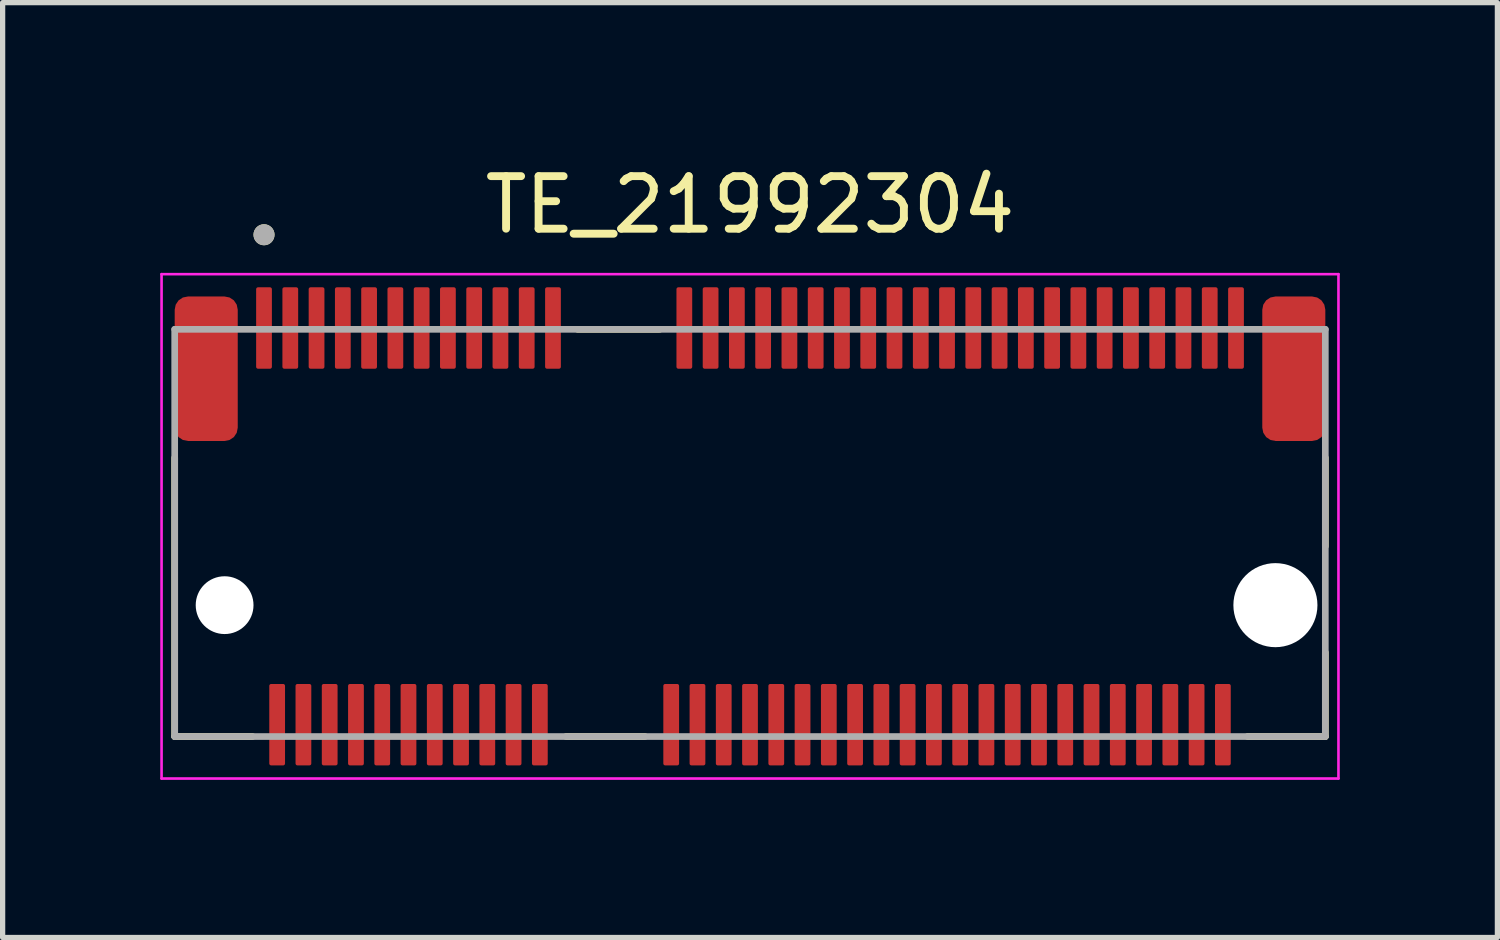
<source format=kicad_pcb>
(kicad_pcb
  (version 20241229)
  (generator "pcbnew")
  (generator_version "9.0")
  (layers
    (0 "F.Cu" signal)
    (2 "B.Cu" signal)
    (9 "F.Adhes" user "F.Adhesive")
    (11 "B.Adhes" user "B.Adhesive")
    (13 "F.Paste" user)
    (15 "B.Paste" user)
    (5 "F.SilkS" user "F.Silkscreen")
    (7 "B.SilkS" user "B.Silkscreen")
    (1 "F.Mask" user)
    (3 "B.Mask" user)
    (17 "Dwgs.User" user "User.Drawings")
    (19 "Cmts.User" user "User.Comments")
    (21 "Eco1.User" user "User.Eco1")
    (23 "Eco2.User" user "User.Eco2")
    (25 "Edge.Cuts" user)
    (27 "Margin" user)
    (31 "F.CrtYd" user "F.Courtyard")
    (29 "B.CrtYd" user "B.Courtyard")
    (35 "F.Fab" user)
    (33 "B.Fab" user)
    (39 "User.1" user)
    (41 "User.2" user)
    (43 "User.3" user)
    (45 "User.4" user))
  (footprint "TE_21992304"
    (layer "F.Cu")
    (at 11.225 8.468)
    (property "Reference" "TE_21992304" (at 0 -7.62 0) (layer "F.SilkS") (effects (font (size 1 1) (thickness 0.15))))
    (attr smd)
    (fp_line (start -10.95 2.5) (end -10.95 -2.805) (stroke (width 0.127) (type solid)) (layer "F.SilkS"))
    (fp_line (start -10.95 2.5) (end -9.47 2.5) (stroke (width 0.127) (type solid)) (layer "F.SilkS"))
    (fp_line (start -3.5 2.5) (end -2 2.5) (stroke (width 0.127) (type solid)) (layer "F.SilkS"))
    (fp_line (start -3.28 -5.25) (end -1.72 -5.25) (stroke (width 0.127) (type solid)) (layer "F.SilkS"))
    (fp_line (start 9.47 2.5) (end 10.95 2.5) (stroke (width 0.127) (type solid)) (layer "F.SilkS"))
    (fp_line (start 10.95 -2.805) (end 10.95 -1.12) (stroke (width 0.127) (type solid)) (layer "F.SilkS"))
    (fp_line (start 10.95 2.5) (end 10.95 0.9) (stroke (width 0.127) (type solid)) (layer "F.SilkS"))
    (fp_circle (center -9.25 -7.05) (end -9.15 -7.05) (stroke (width 0.2) (type solid)) (fill no) (layer "F.SilkS"))
    (fp_line (start -11.2 -6.3) (end -11.2 3.3) (stroke (width 0.05) (type solid)) (layer "F.CrtYd"))
    (fp_line (start -11.2 3.3) (end 11.2 3.3) (stroke (width 0.05) (type solid)) (layer "F.CrtYd"))
    (fp_line (start 11.2 -6.3) (end -11.2 -6.3) (stroke (width 0.05) (type solid)) (layer "F.CrtYd"))
    (fp_line (start 11.2 3.3) (end 11.2 -6.3) (stroke (width 0.05) (type solid)) (layer "F.CrtYd"))
    (fp_line (start -10.95 -5.25) (end 10.95 -5.25) (stroke (width 0.127) (type solid)) (layer "F.Fab"))
    (fp_line (start -10.95 2.5) (end -10.95 -5.25) (stroke (width 0.127) (type solid)) (layer "F.Fab"))
    (fp_line (start 10.95 -5.25) (end 10.95 2.5) (stroke (width 0.127) (type solid)) (layer "F.Fab"))
    (fp_line (start 10.95 2.5) (end -10.95 2.5) (stroke (width 0.127) (type solid)) (layer "F.Fab"))
    (fp_circle (center -9.25 -7.05) (end -9.15 -7.05) (stroke (width 0.2) (type solid)) (fill no) (layer "F.Fab"))
    (pad "" np_thru_hole circle (at -10 0) (size 1.1 1.1) (drill 1.1) (layers "*.Cu" "*.Mask"))
    (pad "" np_thru_hole circle (at 10 0) (size 1.6 1.6) (drill 1.6) (layers "*.Cu" "*.Mask"))
    (pad "1" smd roundrect (at -9.25 -5.275) (size 0.3 1.55) (layers "F.Cu" "F.Mask" "F.Paste") (roundrect_rratio 0.12))
    (pad "2" smd roundrect (at -9 2.275) (size 0.3 1.55) (layers "F.Cu" "F.Mask" "F.Paste") (roundrect_rratio 0.12))
    (pad "3" smd roundrect (at -8.75 -5.275) (size 0.3 1.55) (layers "F.Cu" "F.Mask" "F.Paste") (roundrect_rratio 0.12))
    (pad "4" smd roundrect (at -8.5 2.275) (size 0.3 1.55) (layers "F.Cu" "F.Mask" "F.Paste") (roundrect_rratio 0.12))
    (pad "5" smd roundrect (at -8.25 -5.275) (size 0.3 1.55) (layers "F.Cu" "F.Mask" "F.Paste") (roundrect_rratio 0.12))
    (pad "6" smd roundrect (at -8 2.275) (size 0.3 1.55) (layers "F.Cu" "F.Mask" "F.Paste") (roundrect_rratio 0.12))
    (pad "7" smd roundrect (at -7.75 -5.275) (size 0.3 1.55) (layers "F.Cu" "F.Mask" "F.Paste") (roundrect_rratio 0.12))
    (pad "8" smd roundrect (at -7.5 2.275) (size 0.3 1.55) (layers "F.Cu" "F.Mask" "F.Paste") (roundrect_rratio 0.12))
    (pad "9" smd roundrect (at -7.25 -5.275) (size 0.3 1.55) (layers "F.Cu" "F.Mask" "F.Paste") (roundrect_rratio 0.12))
    (pad "10" smd roundrect (at -7 2.275) (size 0.3 1.55) (layers "F.Cu" "F.Mask" "F.Paste") (roundrect_rratio 0.12))
    (pad "11" smd roundrect (at -6.75 -5.275) (size 0.3 1.55) (layers "F.Cu" "F.Mask" "F.Paste") (roundrect_rratio 0.12))
    (pad "12" smd roundrect (at -6.5 2.275) (size 0.3 1.55) (layers "F.Cu" "F.Mask" "F.Paste") (roundrect_rratio 0.12))
    (pad "13" smd roundrect (at -6.25 -5.275) (size 0.3 1.55) (layers "F.Cu" "F.Mask" "F.Paste") (roundrect_rratio 0.12))
    (pad "14" smd roundrect (at -6 2.275) (size 0.3 1.55) (layers "F.Cu" "F.Mask" "F.Paste") (roundrect_rratio 0.12))
    (pad "15" smd roundrect (at -5.75 -5.275) (size 0.3 1.55) (layers "F.Cu" "F.Mask" "F.Paste") (roundrect_rratio 0.12))
    (pad "16" smd roundrect (at -5.5 2.275) (size 0.3 1.55) (layers "F.Cu" "F.Mask" "F.Paste") (roundrect_rratio 0.12))
    (pad "17" smd roundrect (at -5.25 -5.275) (size 0.3 1.55) (layers "F.Cu" "F.Mask" "F.Paste") (roundrect_rratio 0.12))
    (pad "18" smd roundrect (at -5 2.275) (size 0.3 1.55) (layers "F.Cu" "F.Mask" "F.Paste") (roundrect_rratio 0.12))
    (pad "19" smd roundrect (at -4.75 -5.275) (size 0.3 1.55) (layers "F.Cu" "F.Mask" "F.Paste") (roundrect_rratio 0.12))
    (pad "20" smd roundrect (at -4.5 2.275) (size 0.3 1.55) (layers "F.Cu" "F.Mask" "F.Paste") (roundrect_rratio 0.12))
    (pad "21" smd roundrect (at -4.25 -5.275) (size 0.3 1.55) (layers "F.Cu" "F.Mask" "F.Paste") (roundrect_rratio 0.12))
    (pad "22" smd roundrect (at -4 2.275) (size 0.3 1.55) (layers "F.Cu" "F.Mask" "F.Paste") (roundrect_rratio 0.12))
    (pad "23" smd roundrect (at -3.75 -5.275) (size 0.3 1.55) (layers "F.Cu" "F.Mask" "F.Paste") (roundrect_rratio 0.12))
    (pad "32" smd roundrect (at -1.5 2.275) (size 0.3 1.55) (layers "F.Cu" "F.Mask" "F.Paste") (roundrect_rratio 0.12))
    (pad "33" smd roundrect (at -1.25 -5.275) (size 0.3 1.55) (layers "F.Cu" "F.Mask" "F.Paste") (roundrect_rratio 0.12))
    (pad "34" smd roundrect (at -1 2.275) (size 0.3 1.55) (layers "F.Cu" "F.Mask" "F.Paste") (roundrect_rratio 0.12))
    (pad "35" smd roundrect (at -0.75 -5.275) (size 0.3 1.55) (layers "F.Cu" "F.Mask" "F.Paste") (roundrect_rratio 0.12))
    (pad "36" smd roundrect (at -0.5 2.275) (size 0.3 1.55) (layers "F.Cu" "F.Mask" "F.Paste") (roundrect_rratio 0.12))
    (pad "37" smd roundrect (at -0.25 -5.275) (size 0.3 1.55) (layers "F.Cu" "F.Mask" "F.Paste") (roundrect_rratio 0.12))
    (pad "38" smd roundrect (at 0 2.275) (size 0.3 1.55) (layers "F.Cu" "F.Mask" "F.Paste") (roundrect_rratio 0.12))
    (pad "39" smd roundrect (at 0.25 -5.275) (size 0.3 1.55) (layers "F.Cu" "F.Mask" "F.Paste") (roundrect_rratio 0.12))
    (pad "40" smd roundrect (at 0.5 2.275) (size 0.3 1.55) (layers "F.Cu" "F.Mask" "F.Paste") (roundrect_rratio 0.12))
    (pad "41" smd roundrect (at 0.75 -5.275) (size 0.3 1.55) (layers "F.Cu" "F.Mask" "F.Paste") (roundrect_rratio 0.12))
    (pad "42" smd roundrect (at 1 2.275) (size 0.3 1.55) (layers "F.Cu" "F.Mask" "F.Paste") (roundrect_rratio 0.12))
    (pad "43" smd roundrect (at 1.25 -5.275) (size 0.3 1.55) (layers "F.Cu" "F.Mask" "F.Paste") (roundrect_rratio 0.12))
    (pad "44" smd roundrect (at 1.5 2.275) (size 0.3 1.55) (layers "F.Cu" "F.Mask" "F.Paste") (roundrect_rratio 0.12))
    (pad "45" smd roundrect (at 1.75 -5.275) (size 0.3 1.55) (layers "F.Cu" "F.Mask" "F.Paste") (roundrect_rratio 0.12))
    (pad "46" smd roundrect (at 2 2.275) (size 0.3 1.55) (layers "F.Cu" "F.Mask" "F.Paste") (roundrect_rratio 0.12))
    (pad "47" smd roundrect (at 2.25 -5.275) (size 0.3 1.55) (layers "F.Cu" "F.Mask" "F.Paste") (roundrect_rratio 0.12))
    (pad "48" smd roundrect (at 2.5 2.275) (size 0.3 1.55) (layers "F.Cu" "F.Mask" "F.Paste") (roundrect_rratio 0.12))
    (pad "49" smd roundrect (at 2.75 -5.275) (size 0.3 1.55) (layers "F.Cu" "F.Mask" "F.Paste") (roundrect_rratio 0.12))
    (pad "50" smd roundrect (at 3 2.275) (size 0.3 1.55) (layers "F.Cu" "F.Mask" "F.Paste") (roundrect_rratio 0.12))
    (pad "51" smd roundrect (at 3.25 -5.275) (size 0.3 1.55) (layers "F.Cu" "F.Mask" "F.Paste") (roundrect_rratio 0.12))
    (pad "52" smd roundrect (at 3.5 2.275) (size 0.3 1.55) (layers "F.Cu" "F.Mask" "F.Paste") (roundrect_rratio 0.12))
    (pad "53" smd roundrect (at 3.75 -5.275) (size 0.3 1.55) (layers "F.Cu" "F.Mask" "F.Paste") (roundrect_rratio 0.12))
    (pad "54" smd roundrect (at 4 2.275) (size 0.3 1.55) (layers "F.Cu" "F.Mask" "F.Paste") (roundrect_rratio 0.12))
    (pad "55" smd roundrect (at 4.25 -5.275) (size 0.3 1.55) (layers "F.Cu" "F.Mask" "F.Paste") (roundrect_rratio 0.12))
    (pad "56" smd roundrect (at 4.5 2.275) (size 0.3 1.55) (layers "F.Cu" "F.Mask" "F.Paste") (roundrect_rratio 0.12))
    (pad "57" smd roundrect (at 4.75 -5.275) (size 0.3 1.55) (layers "F.Cu" "F.Mask" "F.Paste") (roundrect_rratio 0.12))
    (pad "58" smd roundrect (at 5 2.275) (size 0.3 1.55) (layers "F.Cu" "F.Mask" "F.Paste") (roundrect_rratio 0.12))
    (pad "59" smd roundrect (at 5.25 -5.275) (size 0.3 1.55) (layers "F.Cu" "F.Mask" "F.Paste") (roundrect_rratio 0.12))
    (pad "60" smd roundrect (at 5.5 2.275) (size 0.3 1.55) (layers "F.Cu" "F.Mask" "F.Paste") (roundrect_rratio 0.12))
    (pad "61" smd roundrect (at 5.75 -5.275) (size 0.3 1.55) (layers "F.Cu" "F.Mask" "F.Paste") (roundrect_rratio 0.12))
    (pad "62" smd roundrect (at 6 2.275) (size 0.3 1.55) (layers "F.Cu" "F.Mask" "F.Paste") (roundrect_rratio 0.12))
    (pad "63" smd roundrect (at 6.25 -5.275) (size 0.3 1.55) (layers "F.Cu" "F.Mask" "F.Paste") (roundrect_rratio 0.12))
    (pad "64" smd roundrect (at 6.5 2.275) (size 0.3 1.55) (layers "F.Cu" "F.Mask" "F.Paste") (roundrect_rratio 0.12))
    (pad "65" smd roundrect (at 6.75 -5.275) (size 0.3 1.55) (layers "F.Cu" "F.Mask" "F.Paste") (roundrect_rratio 0.12))
    (pad "66" smd roundrect (at 7 2.275) (size 0.3 1.55) (layers "F.Cu" "F.Mask" "F.Paste") (roundrect_rratio 0.12))
    (pad "67" smd roundrect (at 7.25 -5.275) (size 0.3 1.55) (layers "F.Cu" "F.Mask" "F.Paste") (roundrect_rratio 0.12))
    (pad "68" smd roundrect (at 7.5 2.275) (size 0.3 1.55) (layers "F.Cu" "F.Mask" "F.Paste") (roundrect_rratio 0.12))
    (pad "69" smd roundrect (at 7.75 -5.275) (size 0.3 1.55) (layers "F.Cu" "F.Mask" "F.Paste") (roundrect_rratio 0.12))
    (pad "70" smd roundrect (at 8 2.275) (size 0.3 1.55) (layers "F.Cu" "F.Mask" "F.Paste") (roundrect_rratio 0.12))
    (pad "71" smd roundrect (at 8.25 -5.275) (size 0.3 1.55) (layers "F.Cu" "F.Mask" "F.Paste") (roundrect_rratio 0.12))
    (pad "72" smd roundrect (at 8.5 2.275) (size 0.3 1.55) (layers "F.Cu" "F.Mask" "F.Paste") (roundrect_rratio 0.12))
    (pad "73" smd roundrect (at 8.75 -5.275) (size 0.3 1.55) (layers "F.Cu" "F.Mask" "F.Paste") (roundrect_rratio 0.12))
    (pad "74" smd roundrect (at 9 2.275) (size 0.3 1.55) (layers "F.Cu" "F.Mask" "F.Paste") (roundrect_rratio 0.12))
    (pad "75" smd roundrect (at 9.25 -5.275) (size 0.3 1.55) (layers "F.Cu" "F.Mask" "F.Paste") (roundrect_rratio 0.12))
    (pad "S1" smd roundrect (at -10.35 -4.5) (size 1.2 2.75) (layers "F.Cu" "F.Mask" "F.Paste") (roundrect_rratio 0.21))
    (pad "S1" smd roundrect (at 10.35 -4.5) (size 1.2 2.75) (layers "F.Cu" "F.Mask" "F.Paste") (roundrect_rratio 0.21)))
  (gr_rect
    (start -3 -3)
    (end 25.45 14.793)
    (stroke (width 0.1) (type default))
    (fill no)
    (layer "Edge.Cuts")))
</source>
